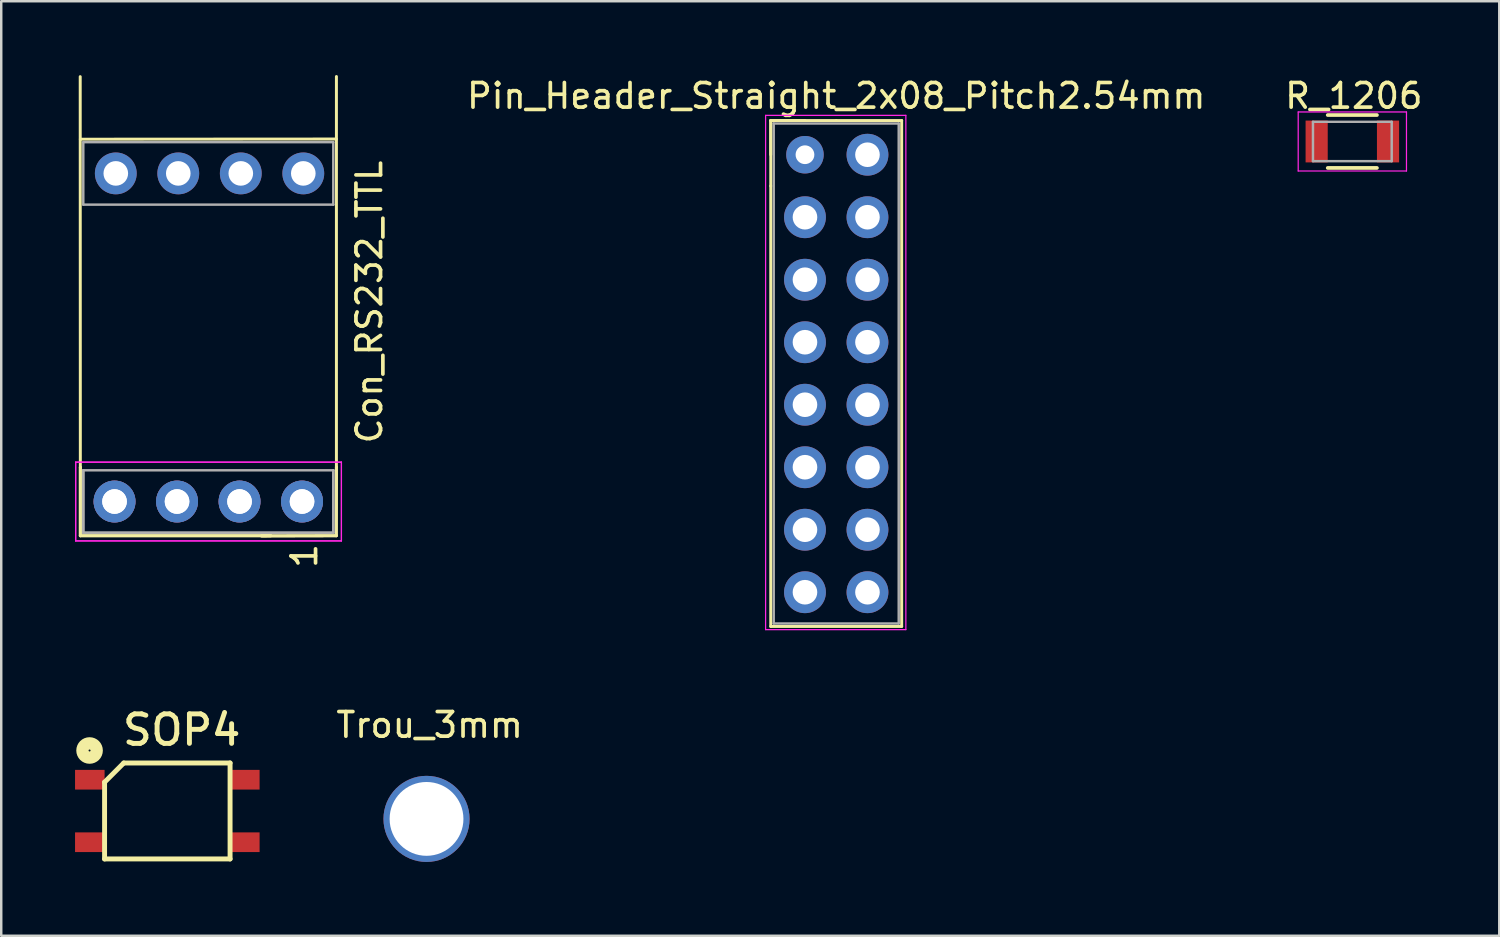
<source format=kicad_pcb>
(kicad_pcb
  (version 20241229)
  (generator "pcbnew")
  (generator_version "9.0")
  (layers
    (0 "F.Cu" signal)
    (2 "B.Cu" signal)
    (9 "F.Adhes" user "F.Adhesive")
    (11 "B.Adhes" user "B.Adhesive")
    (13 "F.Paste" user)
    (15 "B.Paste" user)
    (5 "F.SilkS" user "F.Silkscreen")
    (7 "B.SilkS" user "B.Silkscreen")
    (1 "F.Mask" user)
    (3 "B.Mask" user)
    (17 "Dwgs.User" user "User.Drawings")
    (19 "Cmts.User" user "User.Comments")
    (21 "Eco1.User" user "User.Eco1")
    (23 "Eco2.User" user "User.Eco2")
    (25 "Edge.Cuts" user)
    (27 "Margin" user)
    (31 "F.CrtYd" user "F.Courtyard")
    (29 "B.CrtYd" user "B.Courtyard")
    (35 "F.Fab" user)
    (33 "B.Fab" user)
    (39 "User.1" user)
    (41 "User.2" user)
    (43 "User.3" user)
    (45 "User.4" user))
  (footprint "Pin_Header_Straight_2x08_Pitch2.54mm"
    (layer "F.Cu")
    (at 29.664 3.238)
    (property "Reference" "Pin_Header_Straight_2x08_Pitch2.54mm" (at 1.27 -2.39 0) (layer "F.SilkS") (effects (font (size 1 1) (thickness 0.15))))
    (attr through_hole)
    (fp_line (start -1.39 -1.39) (end -1.39 1.27) (stroke (width 0.12) (type solid)) (layer "F.SilkS"))
    (fp_line (start -1.39 -1.39) (end 0 -1.39) (stroke (width 0.12) (type solid)) (layer "F.SilkS"))
    (fp_line (start -1.39 0) (end -1.39 -1.39) (stroke (width 0.12) (type solid)) (layer "F.SilkS"))
    (fp_line (start -1.39 1.27) (end -1.39 19.17) (stroke (width 0.12) (type solid)) (layer "F.SilkS"))
    (fp_line (start -1.39 19.17) (end 3.93 19.17) (stroke (width 0.12) (type solid)) (layer "F.SilkS"))
    (fp_line (start 1.27 -1.39) (end -1.39 -1.39) (stroke (width 0.12) (type solid)) (layer "F.SilkS"))
    (fp_line (start 3.93 -1.39) (end 1.27 -1.39) (stroke (width 0.12) (type solid)) (layer "F.SilkS"))
    (fp_line (start 3.93 19.17) (end 3.93 -1.39) (stroke (width 0.12) (type solid)) (layer "F.SilkS"))
    (fp_line (start -1.6 -1.6) (end -1.6 19.3) (stroke (width 0.05) (type solid)) (layer "F.CrtYd"))
    (fp_line (start -1.6 19.3) (end 4.1 19.3) (stroke (width 0.05) (type solid)) (layer "F.CrtYd"))
    (fp_line (start 4.1 -1.6) (end -1.6 -1.6) (stroke (width 0.05) (type solid)) (layer "F.CrtYd"))
    (fp_line (start 4.1 19.3) (end 4.1 -1.6) (stroke (width 0.05) (type solid)) (layer "F.CrtYd"))
    (fp_line (start -1.27 -1.27) (end -1.27 19.05) (stroke (width 0.1) (type solid)) (layer "F.Fab"))
    (fp_line (start -1.27 19.05) (end 3.81 19.05) (stroke (width 0.1) (type solid)) (layer "F.Fab"))
    (fp_line (start 3.81 -1.27) (end -1.27 -1.27) (stroke (width 0.1) (type solid)) (layer "F.Fab"))
    (fp_line (start 3.81 19.05) (end 3.81 -1.27) (stroke (width 0.1) (type solid)) (layer "F.Fab"))
    (pad "1" thru_hole circle (at 0 0) (size 1.524 1.524) (drill 0.762) (layers "*.Cu" "*.Mask"))
    (pad "2" thru_hole oval (at 2.54 0) (size 1.7 1.7) (drill 1) (layers "*.Cu" "*.Mask"))
    (pad "3" thru_hole oval (at 0 2.54) (size 1.7 1.7) (drill 1) (layers "*.Cu" "*.Mask"))
    (pad "4" thru_hole oval (at 2.54 2.54) (size 1.7 1.7) (drill 1) (layers "*.Cu" "*.Mask"))
    (pad "5" thru_hole oval (at 0 5.08) (size 1.7 1.7) (drill 1) (layers "*.Cu" "*.Mask"))
    (pad "6" thru_hole oval (at 2.54 5.08) (size 1.7 1.7) (drill 1) (layers "*.Cu" "*.Mask"))
    (pad "7" thru_hole oval (at 0 7.62) (size 1.7 1.7) (drill 1) (layers "*.Cu" "*.Mask"))
    (pad "8" thru_hole oval (at 2.54 7.62) (size 1.7 1.7) (drill 1) (layers "*.Cu" "*.Mask"))
    (pad "9" thru_hole oval (at 0 10.16) (size 1.7 1.7) (drill 1) (layers "*.Cu" "*.Mask"))
    (pad "10" thru_hole oval (at 2.54 10.16) (size 1.7 1.7) (drill 1) (layers "*.Cu" "*.Mask"))
    (pad "11" thru_hole oval (at 0 12.7) (size 1.7 1.7) (drill 1) (layers "*.Cu" "*.Mask"))
    (pad "12" thru_hole oval (at 2.54 12.7) (size 1.7 1.7) (drill 1) (layers "*.Cu" "*.Mask"))
    (pad "13" thru_hole oval (at 0 15.24) (size 1.7 1.7) (drill 1) (layers "*.Cu" "*.Mask"))
    (pad "14" thru_hole oval (at 2.54 15.24) (size 1.7 1.7) (drill 1) (layers "*.Cu" "*.Mask"))
    (pad "15" thru_hole oval (at 0 17.78) (size 1.7 1.7) (drill 1) (layers "*.Cu" "*.Mask"))
    (pad "16" thru_hole oval (at 2.54 17.78) (size 1.7 1.7) (drill 1) (layers "*.Cu" "*.Mask")))
  (footprint "SOP4"
    (layer "F.Cu")
    (at 3.75 29.908)
    (property "Reference" "SOP4" (at 0.584 -3.292 0) (layer "F.SilkS") (effects (font (size 1.2 1.2) (thickness 0.2))))
    (attr through_hole)
    (fp_line (start -2.55 -1.17) (end -2.55 1.95) (stroke (width 0.2) (type solid)) (layer "F.SilkS"))
    (fp_line (start -2.55 1.95) (end 2.55 1.95) (stroke (width 0.2) (type solid)) (layer "F.SilkS"))
    (fp_line (start -1.77 -1.95) (end -2.55 -1.17) (stroke (width 0.2) (type solid)) (layer "F.SilkS"))
    (fp_line (start 2.55 -1.95) (end -1.77 -1.95) (stroke (width 0.2) (type solid)) (layer "F.SilkS"))
    (fp_line (start 2.55 1.95) (end 2.55 -1.95) (stroke (width 0.2) (type solid)) (layer "F.SilkS"))
    (fp_circle (center -3.16 -2.458) (end -3.16 -2.168) (stroke (width 0.5) (type solid)) (fill no) (layer "F.SilkS"))
    (pad "1" smd rect (at -3.15 -1.27) (size 1.2 0.8) (layers "F.Cu" "F.Mask" "F.Paste"))
    (pad "2" smd rect (at -3.15 1.27) (size 1.2 0.8) (layers "F.Cu" "F.Mask" "F.Paste"))
    (pad "3" smd rect (at 3.15 1.27) (size 1.2 0.8) (layers "F.Cu" "F.Mask" "F.Paste"))
    (pad "4" smd rect (at 3.15 -1.27) (size 1.2 0.8) (layers "F.Cu" "F.Mask" "F.Paste")))
  (footprint "R_1206"
    (layer "F.Cu")
    (at 51.909 2.7)
    (property "Reference" "R_1206" (at 0.061 -1.852 0) (layer "F.SilkS") (effects (font (size 1 1) (thickness 0.15))))
    (attr smd)
    (fp_line (start -1 -1.075) (end 1 -1.075) (stroke (width 0.15) (type solid)) (layer "F.SilkS"))
    (fp_line (start 1 1.075) (end -1 1.075) (stroke (width 0.15) (type solid)) (layer "F.SilkS"))
    (fp_line (start -2.2 -1.2) (end -2.2 1.2) (stroke (width 0.05) (type solid)) (layer "F.CrtYd"))
    (fp_line (start -2.2 -1.2) (end 2.2 -1.2) (stroke (width 0.05) (type solid)) (layer "F.CrtYd"))
    (fp_line (start -2.2 1.2) (end 2.2 1.2) (stroke (width 0.05) (type solid)) (layer "F.CrtYd"))
    (fp_line (start 2.2 -1.2) (end 2.2 1.2) (stroke (width 0.05) (type solid)) (layer "F.CrtYd"))
    (fp_line (start -1.6 -0.8) (end 1.6 -0.8) (stroke (width 0.1) (type solid)) (layer "F.Fab"))
    (fp_line (start -1.6 0.8) (end -1.6 -0.8) (stroke (width 0.1) (type solid)) (layer "F.Fab"))
    (fp_line (start 1.6 -0.8) (end 1.6 0.8) (stroke (width 0.1) (type solid)) (layer "F.Fab"))
    (fp_line (start 1.6 0.8) (end -1.6 0.8) (stroke (width 0.1) (type solid)) (layer "F.Fab"))
    (pad "1" smd rect (at -1.45 0) (size 0.9 1.7) (layers "F.Cu" "F.Mask" "F.Paste"))
    (pad "2" smd rect (at 1.45 0) (size 0.9 1.7) (layers "F.Cu" "F.Mask" "F.Paste")))
  (footprint "Con_RS232_TTL"
    (layer "F.Cu")
    (at 1.592 17.332)
    (property "Reference" "Con_RS232_TTL" (at 10.368 -8.108 90) (layer "F.SilkS") (effects (font (size 1 1) (thickness 0.15))))
    (attr through_hole)
    (fp_line (start -1.377 -14.725) (end 9.03 -14.732) (stroke (width 0.12) (type solid)) (layer "F.SilkS"))
    (fp_line (start -1.377 1.39) (end -1.377 -1.39) (stroke (width 0.12) (type solid)) (layer "F.SilkS"))
    (fp_line (start -1.377 1.39) (end -1.377 -1.39) (stroke (width 0.12) (type solid)) (layer "F.SilkS"))
    (fp_line (start -1.377 -1.387) (end -1.382 -17.267) (stroke (width 0.12) (type solid)) (layer "F.SilkS"))
    (fp_line (start 5.982 1.397) (end 9.023 1.39) (stroke (width 0.12) (type solid)) (layer "F.SilkS"))
    (fp_line (start 5.982 1.397) (end 9.023 1.39) (stroke (width 0.12) (type solid)) (layer "F.SilkS"))
    (fp_line (start 6.363 1.39) (end -1.377 1.39) (stroke (width 0.12) (type solid)) (layer "F.SilkS"))
    (fp_line (start 6.363 1.39) (end -1.377 1.39) (stroke (width 0.12) (type solid)) (layer "F.SilkS"))
    (fp_line (start 9.023 1.39) (end 9.03 -1.397) (stroke (width 0.12) (type solid)) (layer "F.SilkS"))
    (fp_line (start 9.023 1.39) (end 9.03 -1.397) (stroke (width 0.12) (type solid)) (layer "F.SilkS"))
    (fp_line (start 9.03 -1.384) (end 9.03 -17.272) (stroke (width 0.12) (type solid)) (layer "F.SilkS"))
    (fp_line (start -1.567 -1.6) (end 9.233 -1.6) (stroke (width 0.05) (type solid)) (layer "F.CrtYd"))
    (fp_line (start -1.567 -1.6) (end 9.233 -1.6) (stroke (width 0.05) (type solid)) (layer "F.CrtYd"))
    (fp_line (start -1.567 1.6) (end -1.567 -1.6) (stroke (width 0.05) (type solid)) (layer "F.CrtYd"))
    (fp_line (start -1.567 1.6) (end -1.567 -1.6) (stroke (width 0.05) (type solid)) (layer "F.CrtYd"))
    (fp_line (start 9.233 -1.6) (end 9.233 1.6) (stroke (width 0.05) (type solid)) (layer "F.CrtYd"))
    (fp_line (start 9.233 -1.6) (end 9.233 1.6) (stroke (width 0.05) (type solid)) (layer "F.CrtYd"))
    (fp_line (start 9.233 1.6) (end -1.567 1.6) (stroke (width 0.05) (type solid)) (layer "F.CrtYd"))
    (fp_line (start 9.233 1.6) (end -1.567 1.6) (stroke (width 0.05) (type solid)) (layer "F.CrtYd"))
    (fp_line (start -1.257 -14.605) (end 8.903 -14.605) (stroke (width 0.1) (type solid)) (layer "F.Fab"))
    (fp_line (start -1.257 -12.065) (end -1.257 -14.605) (stroke (width 0.1) (type solid)) (layer "F.Fab"))
    (fp_line (start -1.257 -12.065) (end 8.903 -12.065) (stroke (width 0.1) (type solid)) (layer "F.Fab"))
    (fp_line (start -1.257 -1.27) (end 8.903 -1.27) (stroke (width 0.1) (type solid)) (layer "F.Fab"))
    (fp_line (start -1.257 1.27) (end -1.257 -1.27) (stroke (width 0.1) (type solid)) (layer "F.Fab"))
    (fp_line (start -1.257 1.27) (end -1.257 -1.27) (stroke (width 0.1) (type solid)) (layer "F.Fab"))
    (fp_line (start 8.903 -12.065) (end 8.903 -14.605) (stroke (width 0.1) (type solid)) (layer "F.Fab"))
    (fp_line (start 8.903 -1.27) (end 8.903 1.27) (stroke (width 0.1) (type solid)) (layer "F.Fab"))
    (fp_line (start 8.903 -1.27) (end 8.903 1.27) (stroke (width 0.1) (type solid)) (layer "F.Fab"))
    (fp_line (start 8.903 1.27) (end -1.257 1.27) (stroke (width 0.1) (type solid)) (layer "F.Fab"))
    (fp_line (start 8.903 1.27) (end -1.257 1.27) (stroke (width 0.1) (type solid)) (layer "F.Fab"))
    (fp_text user "1" (at 7.727 2.21 270) (layer "F.SilkS") (effects (font (size 1 1) (thickness 0.15))))
    (pad "1" thru_hole oval (at 7.633 0 270) (size 1.7 1.7) (drill 1) (layers "*.Cu" "*.Mask"))
    (pad "1" thru_hole oval (at 7.633 0 270) (size 1.7 1.7) (drill 1) (layers "*.Cu" "*.Mask"))
    (pad "2" thru_hole oval (at 5.093 0 270) (size 1.7 1.7) (drill 1) (layers "*.Cu" "*.Mask"))
    (pad "2" thru_hole oval (at 5.093 0 270) (size 1.7 1.7) (drill 1) (layers "*.Cu" "*.Mask"))
    (pad "3" thru_hole oval (at 2.553 0 270) (size 1.7 1.7) (drill 1) (layers "*.Cu" "*.Mask"))
    (pad "3" thru_hole oval (at 2.553 0 270) (size 1.7 1.7) (drill 1) (layers "*.Cu" "*.Mask"))
    (pad "4" thru_hole oval (at 0.013 0 270) (size 1.7 1.7) (drill 1) (layers "*.Cu" "*.Mask"))
    (pad "4" thru_hole oval (at 0.013 0 270) (size 1.7 1.7) (drill 1) (layers "*.Cu" "*.Mask"))
    (pad "5" thru_hole oval (at 7.684 -13.335 270) (size 1.7 1.7) (drill 1) (layers "*.Cu" "*.Mask"))
    (pad "6" thru_hole oval (at 5.144 -13.335 270) (size 1.7 1.7) (drill 1) (layers "*.Cu" "*.Mask"))
    (pad "7" thru_hole oval (at 2.603 -13.335 270) (size 1.7 1.7) (drill 1) (layers "*.Cu" "*.Mask"))
    (pad "8" thru_hole oval (at 0.064 -13.335 270) (size 1.7 1.7) (drill 1) (layers "*.Cu" "*.Mask")))
  (footprint "Trou_3mm"
    (layer "F.Cu")
    (at 14.411 25.912)
    (property "Reference" "Trou_3mm" (at 0 0.5 0) (layer "F.SilkS") (effects (font (size 1 1) (thickness 0.15))))
    (attr through_hole)
    (pad "" np_thru_hole circle (at -0.127 4.318) (size 3.5 3.5) (drill 3) (layers "*.Cu" "*.Mask")))
  (gr_rect
    (start -3 -3)
    (end 57.88 34.98)
    (stroke (width 0.1) (type default))
    (fill no)
    (layer "Edge.Cuts")))
</source>
